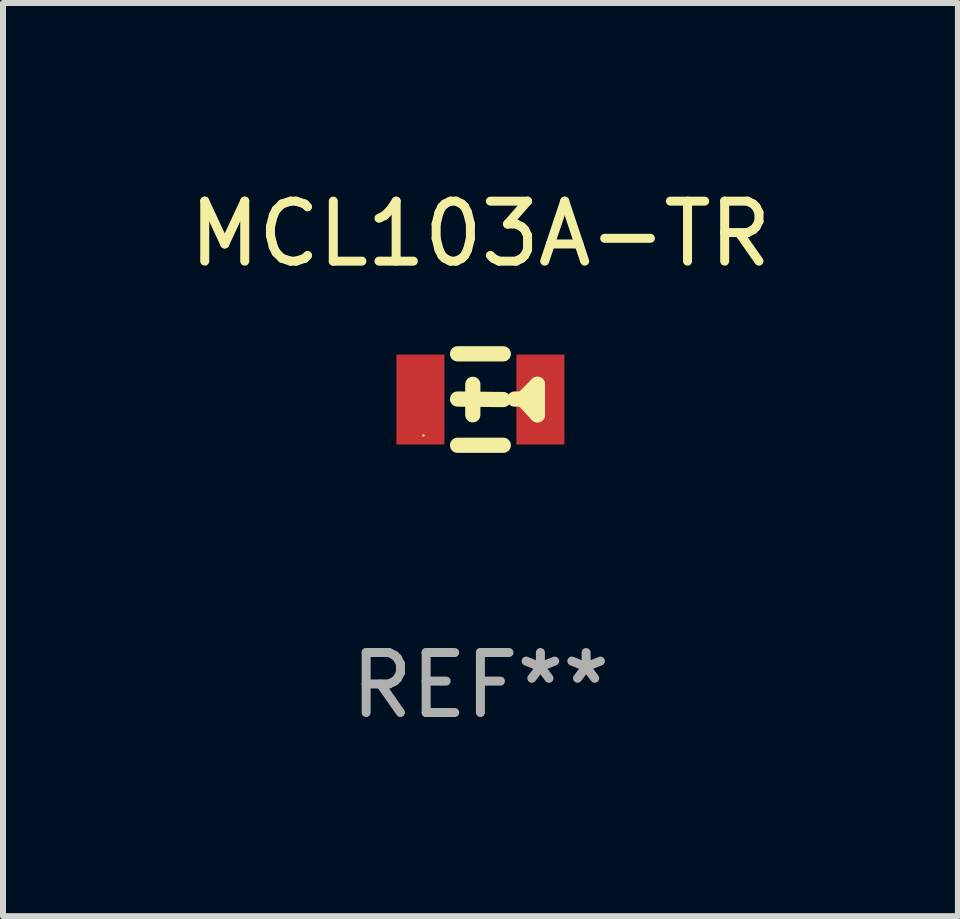
<source format=kicad_pcb>
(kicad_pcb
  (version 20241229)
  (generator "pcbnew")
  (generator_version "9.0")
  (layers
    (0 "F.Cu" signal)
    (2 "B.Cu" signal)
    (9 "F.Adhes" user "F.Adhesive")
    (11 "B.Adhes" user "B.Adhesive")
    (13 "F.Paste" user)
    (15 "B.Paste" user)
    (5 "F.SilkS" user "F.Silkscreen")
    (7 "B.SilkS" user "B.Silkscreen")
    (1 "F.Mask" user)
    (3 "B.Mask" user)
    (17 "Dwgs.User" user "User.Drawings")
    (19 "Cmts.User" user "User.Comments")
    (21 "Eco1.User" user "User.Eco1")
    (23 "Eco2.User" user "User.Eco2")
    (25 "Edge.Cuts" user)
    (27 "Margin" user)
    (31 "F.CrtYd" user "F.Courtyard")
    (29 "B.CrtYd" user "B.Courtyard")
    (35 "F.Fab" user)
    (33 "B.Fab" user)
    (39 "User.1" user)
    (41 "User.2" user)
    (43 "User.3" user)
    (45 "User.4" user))
  (footprint "MCL103A-TR"
    (layer "F.Cu")
    (at 4.958 3.61)
    (property "Reference" "MCL103A-TR" (at 0 -2.762 0) (layer "F.SilkS") (effects (font (size 1 1) (thickness 0.15))))
    (attr through_hole)
    (fp_line (start -0.381 -0.762) (end 0.381 -0.762) (stroke (width 0.254) (type solid)) (layer "F.SilkS"))
    (fp_line (start -0.381 0.762) (end 0.381 0.762) (stroke (width 0.254) (type solid)) (layer "F.SilkS"))
    (fp_line (start -0.127 -0.254) (end -0.127 0.254) (stroke (width 0.254) (type solid)) (layer "F.SilkS"))
    (fp_line (start 0.381 0) (end -0.381 -0.008) (stroke (width 0.254) (type solid)) (layer "F.SilkS"))
    (fp_line (start 0.569 -0.008) (end 0.704 -0.008) (stroke (width 0.254) (type solid)) (layer "F.SilkS"))
    (fp_line (start 0.704 -0.008) (end 0.95 -0.254) (stroke (width 0.254) (type solid)) (layer "F.SilkS"))
    (fp_line (start 0.95 -0.254) (end 0.95 0.254) (stroke (width 0.254) (type solid)) (layer "F.SilkS"))
    (fp_line (start 0.95 0.254) (end 0.704 -0.008) (stroke (width 0.254) (type solid)) (layer "F.SilkS"))
    (fp_circle (center -0.95 0.6) (end -0.94 0.6) (stroke (width 0.02) (type solid)) (fill no) (layer "F.SilkS"))
    (fp_text user "REF**" (at 0 4.762 0) (layer "F.Fab") (effects (font (size 1 1) (thickness 0.15))))
    (pad "1" smd rect (at -1 0) (size 0.8 1.5) (layers "F.Cu" "F.Mask" "F.Paste"))
    (pad "2" smd rect (at 1 0) (size 0.8 1.5) (layers "F.Cu" "F.Mask" "F.Paste")))
  (gr_rect
    (start -3 -3)
    (end 12.917 12.221)
    (stroke (width 0.1) (type default))
    (fill no)
    (layer "Edge.Cuts")))
</source>
